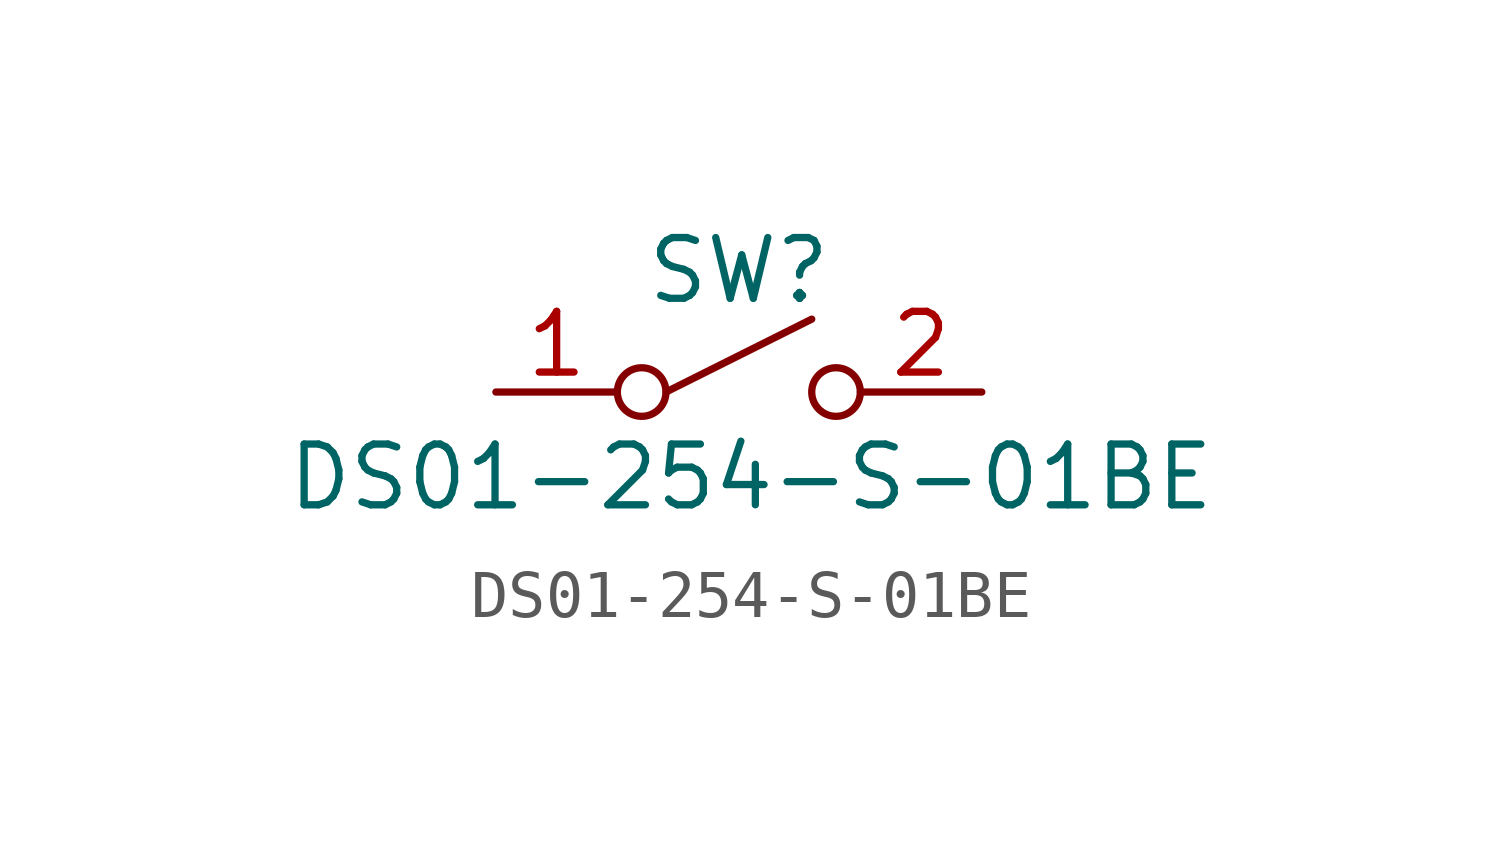
<source format=kicad_sym>
(kicad_symbol_lib
  (version 20231120)
  (generator "kicad_symbol_editor")
  (generator_version "8.0")
  (symbol "DS01-254-S-01BE"
    (property "Reference" "SW"
      (at 0 2.54 0)
      (effects (font (size 1.27 1.27))))
    (property "Value" "DS01-254-S-01BE"
      (at 0.254 -1.778 0)
      (effects (font (size 1.27 1.27))))
    (symbol "DS01-254-S-01BE_0_1"
      (polyline (pts (xy -1.524 0) (xy 1.524 1.524)) (stroke (width 0) (type default)) (fill (type none)))
      (circle (center 2.032 0) (radius 0.508) (stroke (width 0) (type default)) (fill (type none))))
    (symbol "DS01-254-S-01BE_1_1"
      (circle (center -2.032 0) (radius 0.508) (stroke (width 0) (type default)) (fill (type none)))
      (pin passive line (at -5.08 0 0) (length 2.54) (name "" (effects (font (size 1.27 1.27)))) (number "1" (effects (font (size 1.27 1.27)))))
      (pin passive line (at 5.08 0 180) (length 2.54) (name "" (effects (font (size 1.27 1.27)))) (number "2" (effects (font (size 1.27 1.27))))))))
</source>
